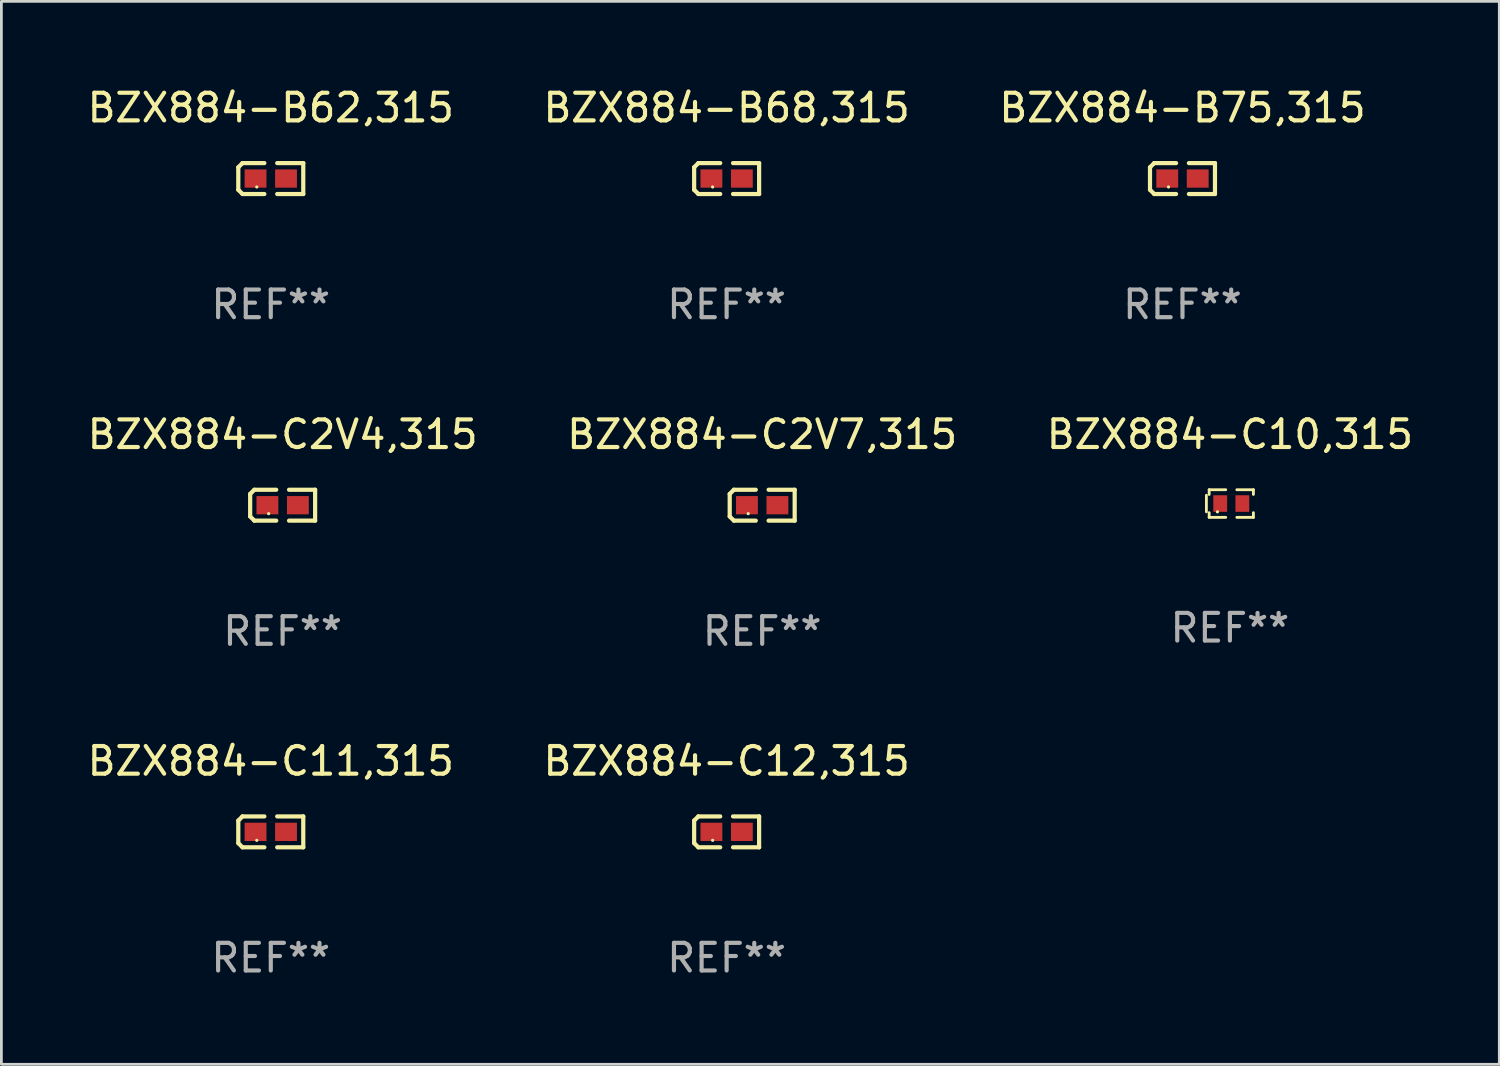
<source format=kicad_pcb>
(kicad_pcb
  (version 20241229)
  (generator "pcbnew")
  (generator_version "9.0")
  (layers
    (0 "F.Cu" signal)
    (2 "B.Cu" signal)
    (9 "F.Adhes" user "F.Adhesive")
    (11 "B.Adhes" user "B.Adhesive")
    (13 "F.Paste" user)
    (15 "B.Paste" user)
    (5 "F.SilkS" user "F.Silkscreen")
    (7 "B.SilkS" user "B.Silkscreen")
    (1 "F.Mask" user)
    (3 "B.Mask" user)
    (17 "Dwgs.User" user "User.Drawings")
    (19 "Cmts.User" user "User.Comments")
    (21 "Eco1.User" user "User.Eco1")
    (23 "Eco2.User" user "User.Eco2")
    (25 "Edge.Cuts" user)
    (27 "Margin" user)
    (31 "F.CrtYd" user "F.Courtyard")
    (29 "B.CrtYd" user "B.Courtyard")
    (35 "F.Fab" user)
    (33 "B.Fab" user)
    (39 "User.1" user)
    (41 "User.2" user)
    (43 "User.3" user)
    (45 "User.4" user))
  (footprint "BZX884-C11,315"
    (layer "F.Cu")
    (at 6.744 27.038)
    (property "Reference" "BZX884-C11,315" (at 0 -2.559 0) (layer "F.SilkS") (effects (font (size 1 1) (thickness 0.15))))
    (attr through_hole)
    (fp_line (start -1.175 -0.407) (end -1.023 -0.559) (stroke (width 0.152) (type solid)) (layer "F.SilkS"))
    (fp_line (start -1.175 0.407) (end -1.175 -0.407) (stroke (width 0.152) (type solid)) (layer "F.SilkS"))
    (fp_line (start -1.023 -0.559) (end -0.232 -0.559) (stroke (width 0.152) (type solid)) (layer "F.SilkS"))
    (fp_line (start -1.023 0.559) (end -1.175 0.407) (stroke (width 0.152) (type solid)) (layer "F.SilkS"))
    (fp_line (start -0.232 0.559) (end -1.023 0.559) (stroke (width 0.152) (type solid)) (layer "F.SilkS"))
    (fp_line (start 0.232 0.559) (end 1.175 0.559) (stroke (width 0.152) (type solid)) (layer "F.SilkS"))
    (fp_line (start 1.175 -0.559) (end 0.232 -0.559) (stroke (width 0.152) (type solid)) (layer "F.SilkS"))
    (fp_line (start 1.175 0.559) (end 1.175 -0.559) (stroke (width 0.152) (type solid)) (layer "F.SilkS"))
    (fp_circle (center -0.506 0.306) (end -0.476 0.306) (stroke (width 0.06) (type solid)) (fill no) (layer "F.SilkS"))
    (fp_text user "REF**" (at 0 4.559 0) (layer "F.Fab") (effects (font (size 1 1) (thickness 0.15))))
    (pad "1" smd rect (at -0.551 0) (size 0.79 0.661) (layers "F.Cu" "F.Mask" "F.Paste"))
    (pad "2" smd rect (at 0.551 0) (size 0.79 0.661) (layers "F.Cu" "F.Mask" "F.Paste")))
  (footprint "BZX884-C2V4,315"
    (layer "F.Cu")
    (at 7.173 15.223)
    (property "Reference" "BZX884-C2V4,315" (at 0 -2.559 0) (layer "F.SilkS") (effects (font (size 1 1) (thickness 0.15))))
    (attr through_hole)
    (fp_line (start -1.175 -0.407) (end -1.023 -0.559) (stroke (width 0.152) (type solid)) (layer "F.SilkS"))
    (fp_line (start -1.175 0.407) (end -1.175 -0.407) (stroke (width 0.152) (type solid)) (layer "F.SilkS"))
    (fp_line (start -1.023 -0.559) (end -0.232 -0.559) (stroke (width 0.152) (type solid)) (layer "F.SilkS"))
    (fp_line (start -1.023 0.559) (end -1.175 0.407) (stroke (width 0.152) (type solid)) (layer "F.SilkS"))
    (fp_line (start -0.232 0.559) (end -1.023 0.559) (stroke (width 0.152) (type solid)) (layer "F.SilkS"))
    (fp_line (start 0.232 0.559) (end 1.175 0.559) (stroke (width 0.152) (type solid)) (layer "F.SilkS"))
    (fp_line (start 1.175 -0.559) (end 0.232 -0.559) (stroke (width 0.152) (type solid)) (layer "F.SilkS"))
    (fp_line (start 1.175 0.559) (end 1.175 -0.559) (stroke (width 0.152) (type solid)) (layer "F.SilkS"))
    (fp_circle (center -0.506 0.306) (end -0.476 0.306) (stroke (width 0.06) (type solid)) (fill no) (layer "F.SilkS"))
    (fp_text user "REF**" (at 0 4.559 0) (layer "F.Fab") (effects (font (size 1 1) (thickness 0.15))))
    (pad "1" smd rect (at -0.551 0) (size 0.79 0.661) (layers "F.Cu" "F.Mask" "F.Paste"))
    (pad "2" smd rect (at 0.551 0) (size 0.79 0.661) (layers "F.Cu" "F.Mask" "F.Paste")))
  (footprint "BZX884-C2V7,315"
    (layer "F.Cu")
    (at 24.518 15.223)
    (property "Reference" "BZX884-C2V7,315" (at 0 -2.559 0) (layer "F.SilkS") (effects (font (size 1 1) (thickness 0.15))))
    (attr through_hole)
    (fp_line (start -1.175 -0.407) (end -1.023 -0.559) (stroke (width 0.152) (type solid)) (layer "F.SilkS"))
    (fp_line (start -1.175 0.407) (end -1.175 -0.407) (stroke (width 0.152) (type solid)) (layer "F.SilkS"))
    (fp_line (start -1.023 -0.559) (end -0.232 -0.559) (stroke (width 0.152) (type solid)) (layer "F.SilkS"))
    (fp_line (start -1.023 0.559) (end -1.175 0.407) (stroke (width 0.152) (type solid)) (layer "F.SilkS"))
    (fp_line (start -0.232 0.559) (end -1.023 0.559) (stroke (width 0.152) (type solid)) (layer "F.SilkS"))
    (fp_line (start 0.232 0.559) (end 1.175 0.559) (stroke (width 0.152) (type solid)) (layer "F.SilkS"))
    (fp_line (start 1.175 -0.559) (end 0.232 -0.559) (stroke (width 0.152) (type solid)) (layer "F.SilkS"))
    (fp_line (start 1.175 0.559) (end 1.175 -0.559) (stroke (width 0.152) (type solid)) (layer "F.SilkS"))
    (fp_circle (center -0.506 0.306) (end -0.476 0.306) (stroke (width 0.06) (type solid)) (fill no) (layer "F.SilkS"))
    (fp_text user "REF**" (at 0 4.559 0) (layer "F.Fab") (effects (font (size 1 1) (thickness 0.15))))
    (pad "1" smd rect (at -0.551 0) (size 0.79 0.661) (layers "F.Cu" "F.Mask" "F.Paste"))
    (pad "2" smd rect (at 0.551 0) (size 0.79 0.661) (layers "F.Cu" "F.Mask" "F.Paste")))
  (footprint "BZX884-B62,315"
    (layer "F.Cu")
    (at 6.744 3.408)
    (property "Reference" "BZX884-B62,315" (at 0 -2.559 0) (layer "F.SilkS") (effects (font (size 1 1) (thickness 0.15))))
    (attr through_hole)
    (fp_line (start -1.175 -0.407) (end -1.023 -0.559) (stroke (width 0.152) (type solid)) (layer "F.SilkS"))
    (fp_line (start -1.175 0.407) (end -1.175 -0.407) (stroke (width 0.152) (type solid)) (layer "F.SilkS"))
    (fp_line (start -1.023 -0.559) (end -0.232 -0.559) (stroke (width 0.152) (type solid)) (layer "F.SilkS"))
    (fp_line (start -1.023 0.559) (end -1.175 0.407) (stroke (width 0.152) (type solid)) (layer "F.SilkS"))
    (fp_line (start -0.232 0.559) (end -1.023 0.559) (stroke (width 0.152) (type solid)) (layer "F.SilkS"))
    (fp_line (start 0.232 0.559) (end 1.175 0.559) (stroke (width 0.152) (type solid)) (layer "F.SilkS"))
    (fp_line (start 1.175 -0.559) (end 0.232 -0.559) (stroke (width 0.152) (type solid)) (layer "F.SilkS"))
    (fp_line (start 1.175 0.559) (end 1.175 -0.559) (stroke (width 0.152) (type solid)) (layer "F.SilkS"))
    (fp_circle (center -0.506 0.306) (end -0.476 0.306) (stroke (width 0.06) (type solid)) (fill no) (layer "F.SilkS"))
    (fp_text user "REF**" (at 0 4.559 0) (layer "F.Fab") (effects (font (size 1 1) (thickness 0.15))))
    (pad "1" smd rect (at -0.551 0) (size 0.79 0.661) (layers "F.Cu" "F.Mask" "F.Paste"))
    (pad "2" smd rect (at 0.551 0) (size 0.79 0.661) (layers "F.Cu" "F.Mask" "F.Paste")))
  (footprint "BZX884-C10,315"
    (layer "F.Cu")
    (at 41.435 15.163)
    (property "Reference" "BZX884-C10,315" (at 0 -2.5 0) (layer "F.SilkS") (effects (font (size 1 1) (thickness 0.15))))
    (attr through_hole)
    (fp_line (start -0.85 -0.3) (end -0.85 0.3) (stroke (width 0.102) (type solid)) (layer "F.SilkS"))
    (fp_line (start -0.75 -0.5) (end -0.75 -0.329) (stroke (width 0.102) (type solid)) (layer "F.SilkS"))
    (fp_line (start -0.75 0.329) (end -0.75 0.5) (stroke (width 0.102) (type solid)) (layer "F.SilkS"))
    (fp_line (start -0.75 0.5) (end -0.15 0.5) (stroke (width 0.102) (type solid)) (layer "F.SilkS"))
    (fp_line (start -0.15 -0.5) (end -0.75 -0.5) (stroke (width 0.102) (type solid)) (layer "F.SilkS"))
    (fp_line (start 0.25 -0.5) (end 0.85 -0.5) (stroke (width 0.102) (type solid)) (layer "F.SilkS"))
    (fp_line (start 0.85 -0.5) (end 0.85 -0.33) (stroke (width 0.102) (type solid)) (layer "F.SilkS"))
    (fp_line (start 0.85 0.33) (end 0.85 0.5) (stroke (width 0.102) (type solid)) (layer "F.SilkS"))
    (fp_line (start 0.85 0.5) (end 0.25 0.5) (stroke (width 0.102) (type solid)) (layer "F.SilkS"))
    (fp_circle (center -0.45 0.3) (end -0.42 0.3) (stroke (width 0.06) (type solid)) (fill no) (layer "F.SilkS"))
    (fp_text user "REF**" (at 0 4.5 0) (layer "F.Fab") (effects (font (size 1 1) (thickness 0.15))))
    (pad "1" smd rect (at -0.35 0) (size 0.5 0.6) (layers "F.Cu" "F.Mask" "F.Paste"))
    (pad "2" smd rect (at 0.45 0) (size 0.5 0.6) (layers "F.Cu" "F.Mask" "F.Paste")))
  (footprint "BZX884-B68,315"
    (layer "F.Cu")
    (at 23.232 3.408)
    (property "Reference" "BZX884-B68,315" (at 0 -2.559 0) (layer "F.SilkS") (effects (font (size 1 1) (thickness 0.15))))
    (attr through_hole)
    (fp_line (start -1.175 -0.407) (end -1.023 -0.559) (stroke (width 0.152) (type solid)) (layer "F.SilkS"))
    (fp_line (start -1.175 0.407) (end -1.175 -0.407) (stroke (width 0.152) (type solid)) (layer "F.SilkS"))
    (fp_line (start -1.023 -0.559) (end -0.232 -0.559) (stroke (width 0.152) (type solid)) (layer "F.SilkS"))
    (fp_line (start -1.023 0.559) (end -1.175 0.407) (stroke (width 0.152) (type solid)) (layer "F.SilkS"))
    (fp_line (start -0.232 0.559) (end -1.023 0.559) (stroke (width 0.152) (type solid)) (layer "F.SilkS"))
    (fp_line (start 0.232 0.559) (end 1.175 0.559) (stroke (width 0.152) (type solid)) (layer "F.SilkS"))
    (fp_line (start 1.175 -0.559) (end 0.232 -0.559) (stroke (width 0.152) (type solid)) (layer "F.SilkS"))
    (fp_line (start 1.175 0.559) (end 1.175 -0.559) (stroke (width 0.152) (type solid)) (layer "F.SilkS"))
    (fp_circle (center -0.506 0.306) (end -0.476 0.306) (stroke (width 0.06) (type solid)) (fill no) (layer "F.SilkS"))
    (fp_text user "REF**" (at 0 4.559 0) (layer "F.Fab") (effects (font (size 1 1) (thickness 0.15))))
    (pad "1" smd rect (at -0.551 0) (size 0.79 0.661) (layers "F.Cu" "F.Mask" "F.Paste"))
    (pad "2" smd rect (at 0.551 0) (size 0.79 0.661) (layers "F.Cu" "F.Mask" "F.Paste")))
  (footprint "BZX884-B75,315"
    (layer "F.Cu")
    (at 39.72 3.408)
    (property "Reference" "BZX884-B75,315" (at 0 -2.559 0) (layer "F.SilkS") (effects (font (size 1 1) (thickness 0.15))))
    (attr through_hole)
    (fp_line (start -1.175 -0.407) (end -1.023 -0.559) (stroke (width 0.152) (type solid)) (layer "F.SilkS"))
    (fp_line (start -1.175 0.407) (end -1.175 -0.407) (stroke (width 0.152) (type solid)) (layer "F.SilkS"))
    (fp_line (start -1.023 -0.559) (end -0.232 -0.559) (stroke (width 0.152) (type solid)) (layer "F.SilkS"))
    (fp_line (start -1.023 0.559) (end -1.175 0.407) (stroke (width 0.152) (type solid)) (layer "F.SilkS"))
    (fp_line (start -0.232 0.559) (end -1.023 0.559) (stroke (width 0.152) (type solid)) (layer "F.SilkS"))
    (fp_line (start 0.232 0.559) (end 1.175 0.559) (stroke (width 0.152) (type solid)) (layer "F.SilkS"))
    (fp_line (start 1.175 -0.559) (end 0.232 -0.559) (stroke (width 0.152) (type solid)) (layer "F.SilkS"))
    (fp_line (start 1.175 0.559) (end 1.175 -0.559) (stroke (width 0.152) (type solid)) (layer "F.SilkS"))
    (fp_circle (center -0.506 0.306) (end -0.476 0.306) (stroke (width 0.06) (type solid)) (fill no) (layer "F.SilkS"))
    (fp_text user "REF**" (at 0 4.559 0) (layer "F.Fab") (effects (font (size 1 1) (thickness 0.15))))
    (pad "1" smd rect (at -0.551 0) (size 0.79 0.661) (layers "F.Cu" "F.Mask" "F.Paste"))
    (pad "2" smd rect (at 0.551 0) (size 0.79 0.661) (layers "F.Cu" "F.Mask" "F.Paste")))
  (footprint "BZX884-C12,315"
    (layer "F.Cu")
    (at 23.232 27.038)
    (property "Reference" "BZX884-C12,315" (at 0 -2.559 0) (layer "F.SilkS") (effects (font (size 1 1) (thickness 0.15))))
    (attr through_hole)
    (fp_line (start -1.175 -0.407) (end -1.023 -0.559) (stroke (width 0.152) (type solid)) (layer "F.SilkS"))
    (fp_line (start -1.175 0.407) (end -1.175 -0.407) (stroke (width 0.152) (type solid)) (layer "F.SilkS"))
    (fp_line (start -1.023 -0.559) (end -0.232 -0.559) (stroke (width 0.152) (type solid)) (layer "F.SilkS"))
    (fp_line (start -1.023 0.559) (end -1.175 0.407) (stroke (width 0.152) (type solid)) (layer "F.SilkS"))
    (fp_line (start -0.232 0.559) (end -1.023 0.559) (stroke (width 0.152) (type solid)) (layer "F.SilkS"))
    (fp_line (start 0.232 0.559) (end 1.175 0.559) (stroke (width 0.152) (type solid)) (layer "F.SilkS"))
    (fp_line (start 1.175 -0.559) (end 0.232 -0.559) (stroke (width 0.152) (type solid)) (layer "F.SilkS"))
    (fp_line (start 1.175 0.559) (end 1.175 -0.559) (stroke (width 0.152) (type solid)) (layer "F.SilkS"))
    (fp_circle (center -0.506 0.306) (end -0.476 0.306) (stroke (width 0.06) (type solid)) (fill no) (layer "F.SilkS"))
    (fp_text user "REF**" (at 0 4.559 0) (layer "F.Fab") (effects (font (size 1 1) (thickness 0.15))))
    (pad "1" smd rect (at -0.551 0) (size 0.79 0.661) (layers "F.Cu" "F.Mask" "F.Paste"))
    (pad "2" smd rect (at 0.551 0) (size 0.79 0.661) (layers "F.Cu" "F.Mask" "F.Paste")))
  (gr_rect
    (start -3 -3)
    (end 51.179 35.446)
    (stroke (width 0.1) (type default))
    (fill no)
    (layer "Edge.Cuts")))
</source>
